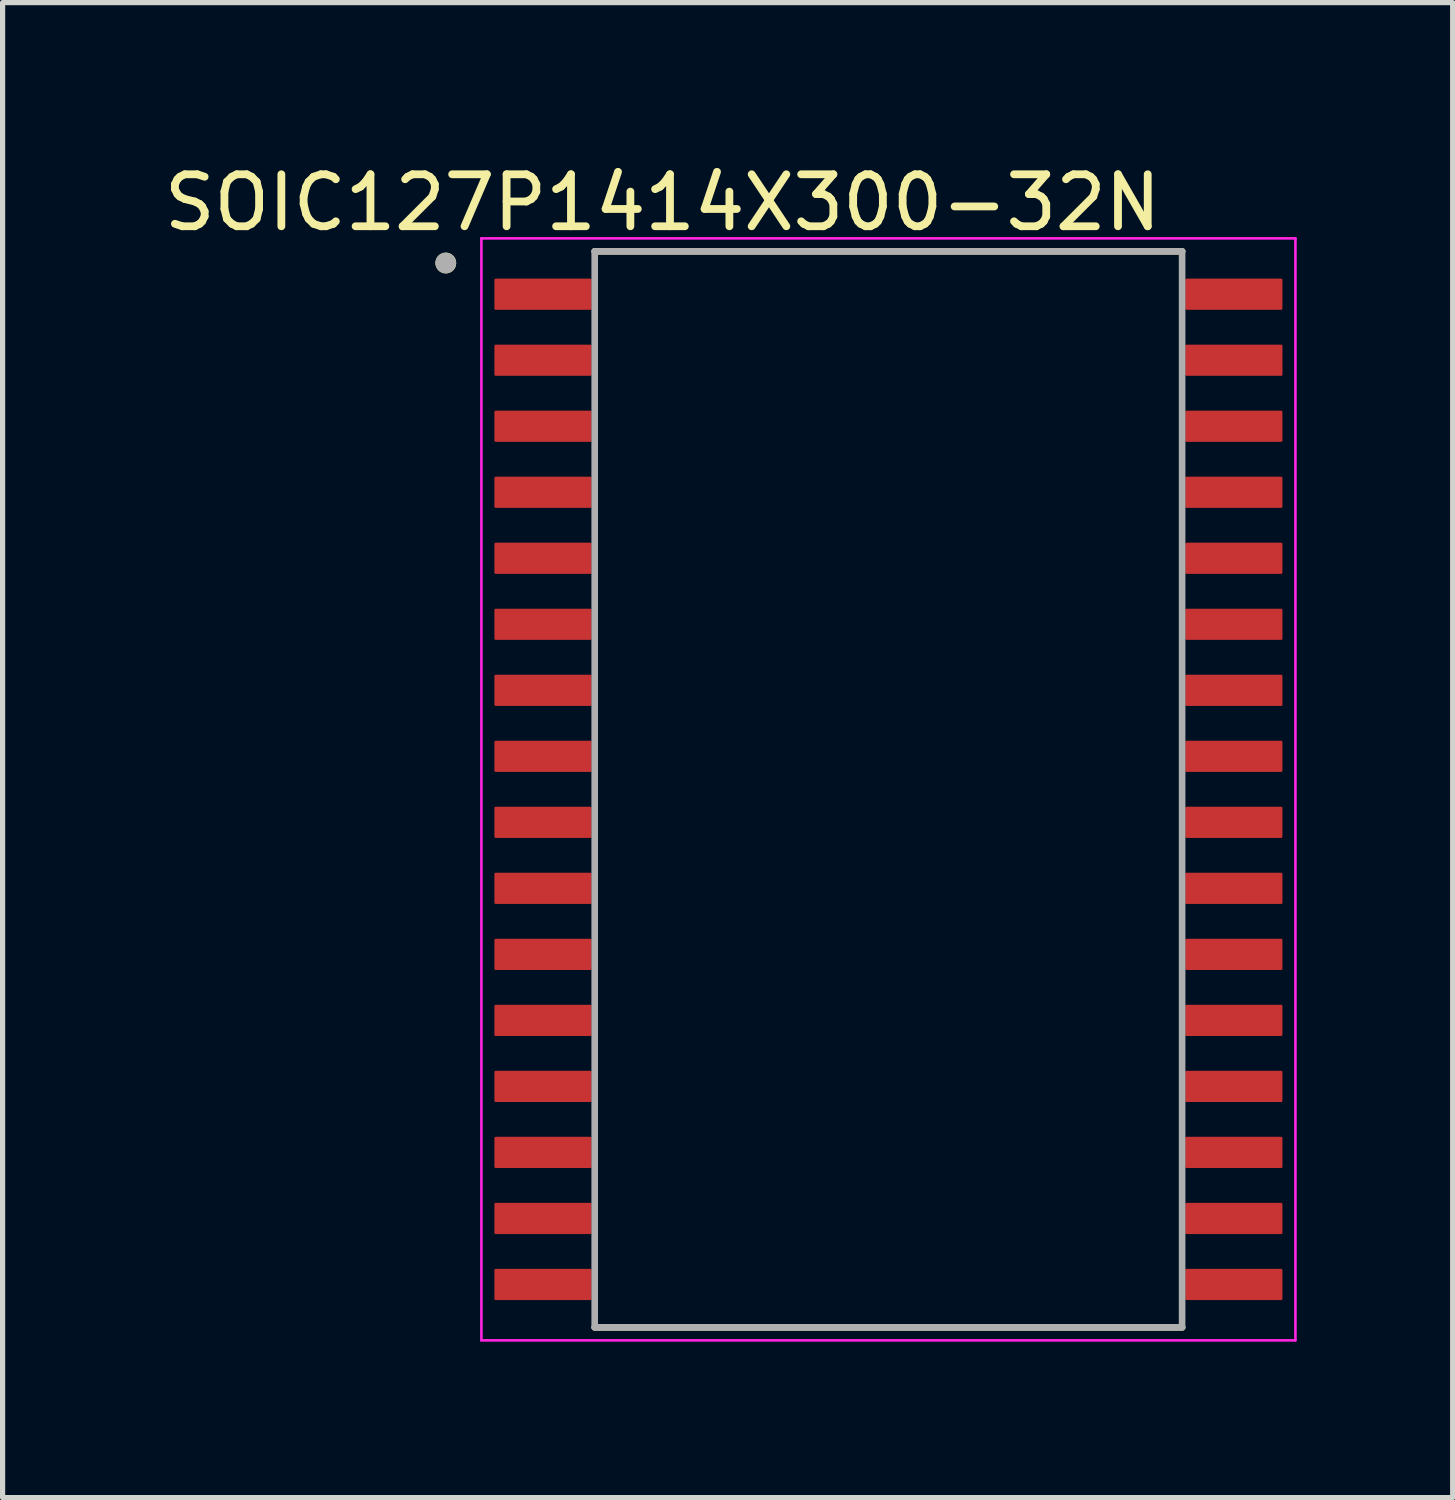
<source format=kicad_pcb>
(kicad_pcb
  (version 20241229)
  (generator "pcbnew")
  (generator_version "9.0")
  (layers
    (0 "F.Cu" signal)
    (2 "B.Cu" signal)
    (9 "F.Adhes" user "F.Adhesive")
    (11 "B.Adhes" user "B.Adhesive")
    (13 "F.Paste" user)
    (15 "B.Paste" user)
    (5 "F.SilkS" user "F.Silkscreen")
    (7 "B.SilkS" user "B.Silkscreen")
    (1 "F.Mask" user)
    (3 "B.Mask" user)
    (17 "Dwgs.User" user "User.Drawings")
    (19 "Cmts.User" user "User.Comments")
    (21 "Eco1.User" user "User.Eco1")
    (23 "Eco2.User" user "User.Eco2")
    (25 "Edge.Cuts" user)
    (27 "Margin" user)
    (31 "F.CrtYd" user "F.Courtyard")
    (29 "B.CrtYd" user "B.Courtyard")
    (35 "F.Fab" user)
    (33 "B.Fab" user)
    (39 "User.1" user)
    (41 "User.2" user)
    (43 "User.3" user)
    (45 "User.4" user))
  (footprint "SOIC127P1414X300-32N"
    (layer "F.Cu")
    (at 14.041 12.135)
    (property "Reference" "SOIC127P1414X300-32N" (at -4.345 -11.287 0) (layer "F.SilkS") (effects (font (size 1 1) (thickness 0.15))))
    (attr smd)
    (fp_line (start -5.65 -10.35) (end 5.65 -10.35) (stroke (width 0.127) (type solid)) (layer "F.SilkS"))
    (fp_line (start -5.65 10.35) (end 5.65 10.35) (stroke (width 0.127) (type solid)) (layer "F.SilkS"))
    (fp_circle (center -8.515 -10.125) (end -8.415 -10.125) (stroke (width 0.2) (type solid)) (fill no) (layer "F.SilkS"))
    (fp_line (start -7.83 -10.6) (end -7.83 10.6) (stroke (width 0.05) (type solid)) (layer "F.CrtYd"))
    (fp_line (start -7.83 -10.6) (end 7.83 -10.6) (stroke (width 0.05) (type solid)) (layer "F.CrtYd"))
    (fp_line (start -7.83 10.6) (end 7.83 10.6) (stroke (width 0.05) (type solid)) (layer "F.CrtYd"))
    (fp_line (start 7.83 -10.6) (end 7.83 10.6) (stroke (width 0.05) (type solid)) (layer "F.CrtYd"))
    (fp_line (start -5.65 -10.35) (end -5.65 10.35) (stroke (width 0.127) (type solid)) (layer "F.Fab"))
    (fp_line (start -5.65 -10.35) (end 5.65 -10.35) (stroke (width 0.127) (type solid)) (layer "F.Fab"))
    (fp_line (start -5.65 10.35) (end 5.65 10.35) (stroke (width 0.127) (type solid)) (layer "F.Fab"))
    (fp_line (start 5.65 -10.35) (end 5.65 10.35) (stroke (width 0.127) (type solid)) (layer "F.Fab"))
    (fp_circle (center -8.515 -10.125) (end -8.415 -10.125) (stroke (width 0.2) (type solid)) (fill no) (layer "F.Fab"))
    (pad "1" smd roundrect (at -6.645 -9.525) (size 1.87 0.6) (layers "F.Cu" "F.Mask" "F.Paste") (roundrect_rratio 0.04))
    (pad "2" smd roundrect (at -6.645 -8.255) (size 1.87 0.6) (layers "F.Cu" "F.Mask" "F.Paste") (roundrect_rratio 0.04))
    (pad "3" smd roundrect (at -6.645 -6.985) (size 1.87 0.6) (layers "F.Cu" "F.Mask" "F.Paste") (roundrect_rratio 0.04))
    (pad "4" smd roundrect (at -6.645 -5.715) (size 1.87 0.6) (layers "F.Cu" "F.Mask" "F.Paste") (roundrect_rratio 0.04))
    (pad "5" smd roundrect (at -6.645 -4.445) (size 1.87 0.6) (layers "F.Cu" "F.Mask" "F.Paste") (roundrect_rratio 0.04))
    (pad "6" smd roundrect (at -6.645 -3.175) (size 1.87 0.6) (layers "F.Cu" "F.Mask" "F.Paste") (roundrect_rratio 0.04))
    (pad "7" smd roundrect (at -6.645 -1.905) (size 1.87 0.6) (layers "F.Cu" "F.Mask" "F.Paste") (roundrect_rratio 0.04))
    (pad "8" smd roundrect (at -6.645 -0.635) (size 1.87 0.6) (layers "F.Cu" "F.Mask" "F.Paste") (roundrect_rratio 0.04))
    (pad "9" smd roundrect (at -6.645 0.635) (size 1.87 0.6) (layers "F.Cu" "F.Mask" "F.Paste") (roundrect_rratio 0.04))
    (pad "10" smd roundrect (at -6.645 1.905) (size 1.87 0.6) (layers "F.Cu" "F.Mask" "F.Paste") (roundrect_rratio 0.04))
    (pad "11" smd roundrect (at -6.645 3.175) (size 1.87 0.6) (layers "F.Cu" "F.Mask" "F.Paste") (roundrect_rratio 0.04))
    (pad "12" smd roundrect (at -6.645 4.445) (size 1.87 0.6) (layers "F.Cu" "F.Mask" "F.Paste") (roundrect_rratio 0.04))
    (pad "13" smd roundrect (at -6.645 5.715) (size 1.87 0.6) (layers "F.Cu" "F.Mask" "F.Paste") (roundrect_rratio 0.04))
    (pad "14" smd roundrect (at -6.645 6.985) (size 1.87 0.6) (layers "F.Cu" "F.Mask" "F.Paste") (roundrect_rratio 0.04))
    (pad "15" smd roundrect (at -6.645 8.255) (size 1.87 0.6) (layers "F.Cu" "F.Mask" "F.Paste") (roundrect_rratio 0.04))
    (pad "16" smd roundrect (at -6.645 9.525) (size 1.87 0.6) (layers "F.Cu" "F.Mask" "F.Paste") (roundrect_rratio 0.04))
    (pad "17" smd roundrect (at 6.645 9.525) (size 1.87 0.6) (layers "F.Cu" "F.Mask" "F.Paste") (roundrect_rratio 0.04))
    (pad "18" smd roundrect (at 6.645 8.255) (size 1.87 0.6) (layers "F.Cu" "F.Mask" "F.Paste") (roundrect_rratio 0.04))
    (pad "19" smd roundrect (at 6.645 6.985) (size 1.87 0.6) (layers "F.Cu" "F.Mask" "F.Paste") (roundrect_rratio 0.04))
    (pad "20" smd roundrect (at 6.645 5.715) (size 1.87 0.6) (layers "F.Cu" "F.Mask" "F.Paste") (roundrect_rratio 0.04))
    (pad "21" smd roundrect (at 6.645 4.445) (size 1.87 0.6) (layers "F.Cu" "F.Mask" "F.Paste") (roundrect_rratio 0.04))
    (pad "22" smd roundrect (at 6.645 3.175) (size 1.87 0.6) (layers "F.Cu" "F.Mask" "F.Paste") (roundrect_rratio 0.04))
    (pad "23" smd roundrect (at 6.645 1.905) (size 1.87 0.6) (layers "F.Cu" "F.Mask" "F.Paste") (roundrect_rratio 0.04))
    (pad "24" smd roundrect (at 6.645 0.635) (size 1.87 0.6) (layers "F.Cu" "F.Mask" "F.Paste") (roundrect_rratio 0.04))
    (pad "25" smd roundrect (at 6.645 -0.635) (size 1.87 0.6) (layers "F.Cu" "F.Mask" "F.Paste") (roundrect_rratio 0.04))
    (pad "26" smd roundrect (at 6.645 -1.905) (size 1.87 0.6) (layers "F.Cu" "F.Mask" "F.Paste") (roundrect_rratio 0.04))
    (pad "27" smd roundrect (at 6.645 -3.175) (size 1.87 0.6) (layers "F.Cu" "F.Mask" "F.Paste") (roundrect_rratio 0.04))
    (pad "28" smd roundrect (at 6.645 -4.445) (size 1.87 0.6) (layers "F.Cu" "F.Mask" "F.Paste") (roundrect_rratio 0.04))
    (pad "29" smd roundrect (at 6.645 -5.715) (size 1.87 0.6) (layers "F.Cu" "F.Mask" "F.Paste") (roundrect_rratio 0.04))
    (pad "30" smd roundrect (at 6.645 -6.985) (size 1.87 0.6) (layers "F.Cu" "F.Mask" "F.Paste") (roundrect_rratio 0.04))
    (pad "31" smd roundrect (at 6.645 -8.255) (size 1.87 0.6) (layers "F.Cu" "F.Mask" "F.Paste") (roundrect_rratio 0.04))
    (pad "32" smd roundrect (at 6.645 -9.525) (size 1.87 0.6) (layers "F.Cu" "F.Mask" "F.Paste") (roundrect_rratio 0.04)))
  (gr_rect
    (start -3 -3)
    (end 24.896 25.76)
    (stroke (width 0.1) (type default))
    (fill no)
    (layer "Edge.Cuts")))
</source>
